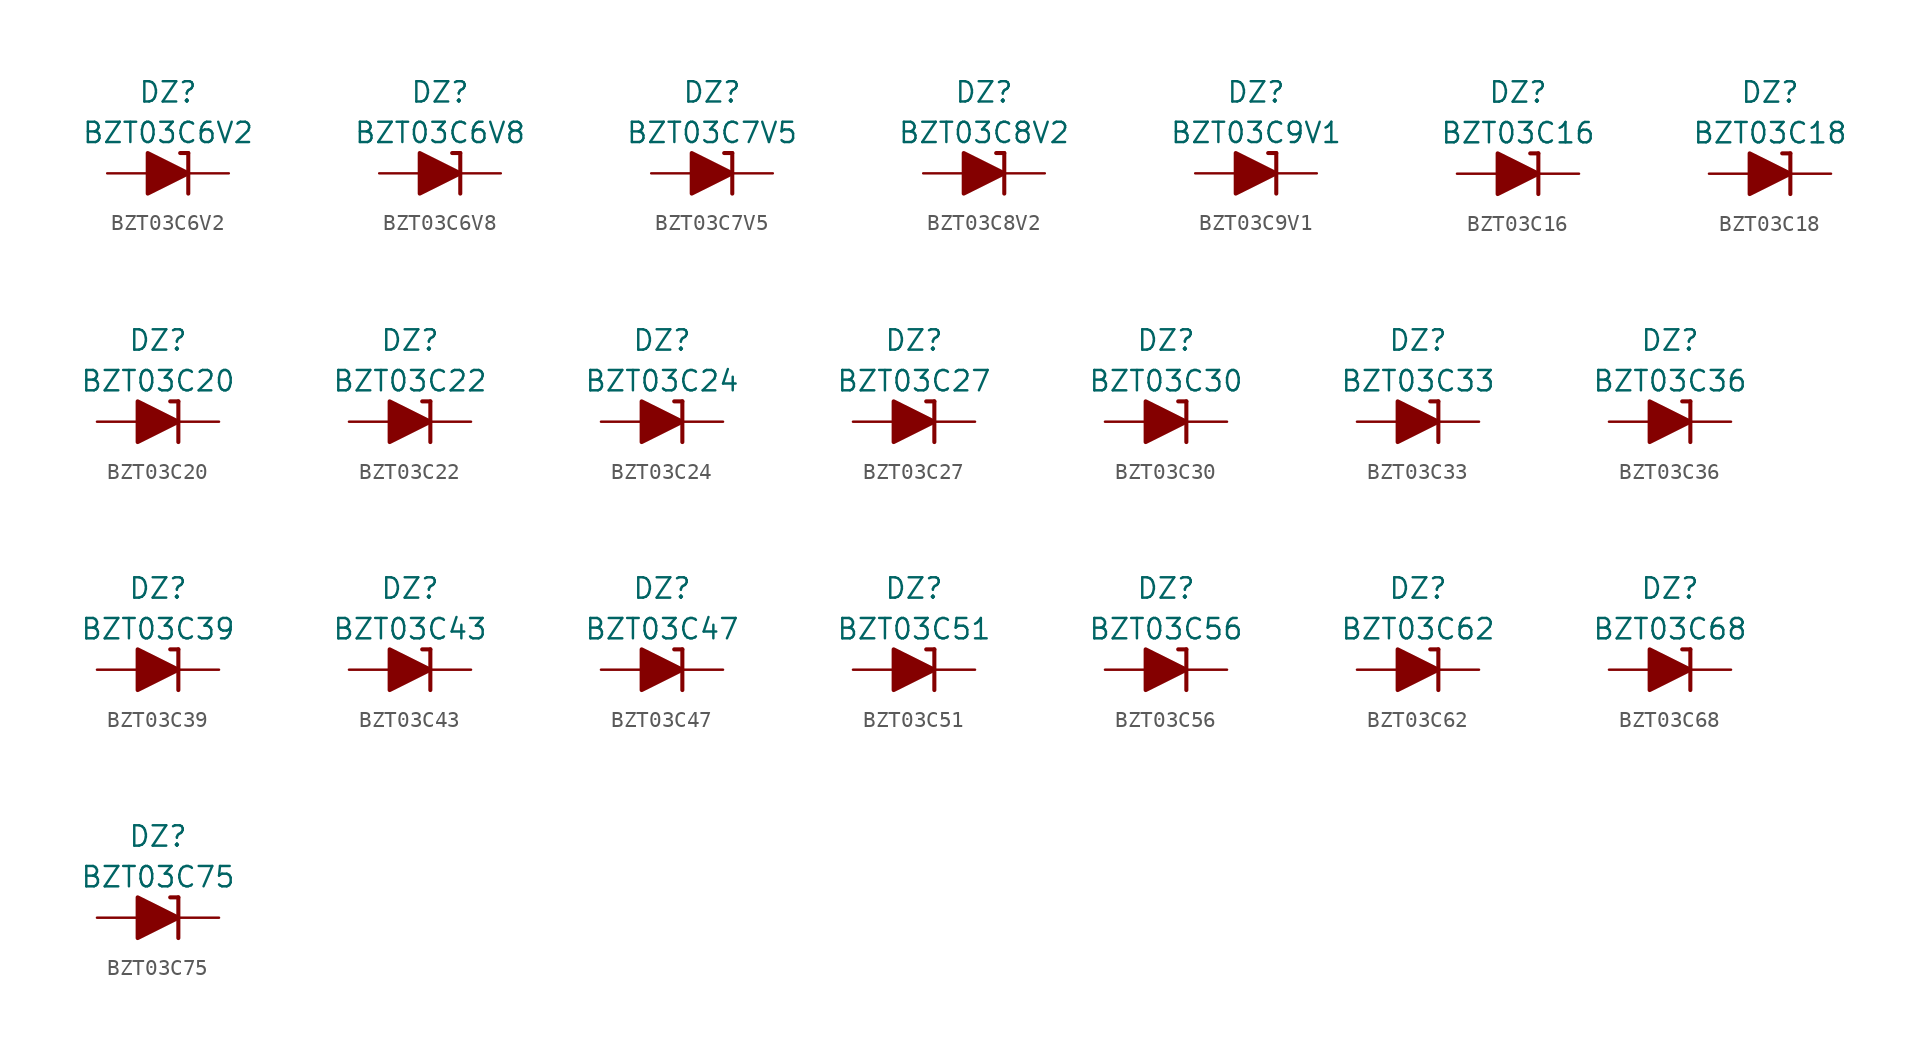
<source format=kicad_sym>
(kicad_symbol_lib
  (version 20201005)
  (generator kicad_symbol_editor)
  (symbol "Diode_Zener_AKL:BZT03C6V2"
    (pin_numbers hide)
    (pin_names
      (offset 1.016) hide)
    (property "Reference" "DZ"
      (at 0 5.08 0)
      (effects (font (size 1.27 1.27))))
    (property "Value" "BZT03C6V2"
      (at 0 2.54 0)
      (effects (font (size 1.27 1.27))))
    (symbol "BZT03C6V2_0_1"
      (polyline (pts (xy -1.27 0) (xy 1.27 0)) (stroke (width 0)) (fill (type none)))
      (polyline (pts (xy 1.27 1.27) (xy 0.762 1.27)) (stroke (width 0.254)) (fill (type none)))
      (polyline (pts (xy 1.27 1.27) (xy 1.27 -1.27)) (stroke (width 0.254)) (fill (type none)))
      (polyline (pts (xy -1.27 -1.27) (xy -1.27 1.27) (xy 1.27 0) (xy -1.27 -1.27)) (stroke (width 0.254)) (fill (type outline))))
    (symbol "BZT03C6V2_1_1"
      (pin passive line (at 3.81 0 180) (length 2.54) (name "K" (effects (font (size 1.27 1.27)))) (number "1" (effects (font (size 1.27 1.27)))))
      (pin passive line (at -3.81 0 0) (length 2.54) (name "A" (effects (font (size 1.27 1.27)))) (number "2" (effects (font (size 1.27 1.27)))))))
  (symbol "Diode_Zener_AKL:BZT03C6V8"
    (pin_numbers hide)
    (pin_names
      (offset 1.016) hide)
    (property "Reference" "DZ"
      (at 0 5.08 0)
      (effects (font (size 1.27 1.27))))
    (property "Value" "BZT03C6V8"
      (at 0 2.54 0)
      (effects (font (size 1.27 1.27))))
    (symbol "BZT03C6V8_0_1"
      (polyline (pts (xy -1.27 0) (xy 1.27 0)) (stroke (width 0)) (fill (type none)))
      (polyline (pts (xy 1.27 1.27) (xy 0.762 1.27)) (stroke (width 0.254)) (fill (type none)))
      (polyline (pts (xy 1.27 1.27) (xy 1.27 -1.27)) (stroke (width 0.254)) (fill (type none)))
      (polyline (pts (xy -1.27 -1.27) (xy -1.27 1.27) (xy 1.27 0) (xy -1.27 -1.27)) (stroke (width 0.254)) (fill (type outline))))
    (symbol "BZT03C6V8_1_1"
      (pin passive line (at 3.81 0 180) (length 2.54) (name "K" (effects (font (size 1.27 1.27)))) (number "1" (effects (font (size 1.27 1.27)))))
      (pin passive line (at -3.81 0 0) (length 2.54) (name "A" (effects (font (size 1.27 1.27)))) (number "2" (effects (font (size 1.27 1.27)))))))
  (symbol "Diode_Zener_AKL:BZT03C7V5"
    (pin_numbers hide)
    (pin_names
      (offset 1.016) hide)
    (property "Reference" "DZ"
      (at 0 5.08 0)
      (effects (font (size 1.27 1.27))))
    (property "Value" "BZT03C7V5"
      (at 0 2.54 0)
      (effects (font (size 1.27 1.27))))
    (symbol "BZT03C7V5_0_1"
      (polyline (pts (xy -1.27 0) (xy 1.27 0)) (stroke (width 0)) (fill (type none)))
      (polyline (pts (xy 1.27 1.27) (xy 0.762 1.27)) (stroke (width 0.254)) (fill (type none)))
      (polyline (pts (xy 1.27 1.27) (xy 1.27 -1.27)) (stroke (width 0.254)) (fill (type none)))
      (polyline (pts (xy -1.27 -1.27) (xy -1.27 1.27) (xy 1.27 0) (xy -1.27 -1.27)) (stroke (width 0.254)) (fill (type outline))))
    (symbol "BZT03C7V5_1_1"
      (pin passive line (at 3.81 0 180) (length 2.54) (name "K" (effects (font (size 1.27 1.27)))) (number "1" (effects (font (size 1.27 1.27)))))
      (pin passive line (at -3.81 0 0) (length 2.54) (name "A" (effects (font (size 1.27 1.27)))) (number "2" (effects (font (size 1.27 1.27)))))))
  (symbol "Diode_Zener_AKL:BZT03C8V2"
    (pin_numbers hide)
    (pin_names
      (offset 1.016) hide)
    (property "Reference" "DZ"
      (at 0 5.08 0)
      (effects (font (size 1.27 1.27))))
    (property "Value" "BZT03C8V2"
      (at 0 2.54 0)
      (effects (font (size 1.27 1.27))))
    (symbol "BZT03C8V2_0_1"
      (polyline (pts (xy -1.27 0) (xy 1.27 0)) (stroke (width 0)) (fill (type none)))
      (polyline (pts (xy 1.27 1.27) (xy 0.762 1.27)) (stroke (width 0.254)) (fill (type none)))
      (polyline (pts (xy 1.27 1.27) (xy 1.27 -1.27)) (stroke (width 0.254)) (fill (type none)))
      (polyline (pts (xy -1.27 -1.27) (xy -1.27 1.27) (xy 1.27 0) (xy -1.27 -1.27)) (stroke (width 0.254)) (fill (type outline))))
    (symbol "BZT03C8V2_1_1"
      (pin passive line (at 3.81 0 180) (length 2.54) (name "K" (effects (font (size 1.27 1.27)))) (number "1" (effects (font (size 1.27 1.27)))))
      (pin passive line (at -3.81 0 0) (length 2.54) (name "A" (effects (font (size 1.27 1.27)))) (number "2" (effects (font (size 1.27 1.27)))))))
  (symbol "Diode_Zener_AKL:BZT03C9V1"
    (pin_numbers hide)
    (pin_names
      (offset 1.016) hide)
    (property "Reference" "DZ"
      (at 0 5.08 0)
      (effects (font (size 1.27 1.27))))
    (property "Value" "BZT03C9V1"
      (at 0 2.54 0)
      (effects (font (size 1.27 1.27))))
    (symbol "BZT03C9V1_0_1"
      (polyline (pts (xy -1.27 0) (xy 1.27 0)) (stroke (width 0)) (fill (type none)))
      (polyline (pts (xy 1.27 1.27) (xy 0.762 1.27)) (stroke (width 0.254)) (fill (type none)))
      (polyline (pts (xy 1.27 1.27) (xy 1.27 -1.27)) (stroke (width 0.254)) (fill (type none)))
      (polyline (pts (xy -1.27 -1.27) (xy -1.27 1.27) (xy 1.27 0) (xy -1.27 -1.27)) (stroke (width 0.254)) (fill (type outline))))
    (symbol "BZT03C9V1_1_1"
      (pin passive line (at 3.81 0 180) (length 2.54) (name "K" (effects (font (size 1.27 1.27)))) (number "1" (effects (font (size 1.27 1.27)))))
      (pin passive line (at -3.81 0 0) (length 2.54) (name "A" (effects (font (size 1.27 1.27)))) (number "2" (effects (font (size 1.27 1.27)))))))
  (symbol "Diode_Zener_AKL:BZT03C16"
    (pin_numbers hide)
    (pin_names
      (offset 1.016) hide)
    (property "Reference" "DZ"
      (at 0 5.08 0)
      (effects (font (size 1.27 1.27))))
    (property "Value" "BZT03C16"
      (at 0 2.54 0)
      (effects (font (size 1.27 1.27))))
    (symbol "BZT03C16_0_1"
      (polyline (pts (xy -1.27 0) (xy 1.27 0)) (stroke (width 0)) (fill (type none)))
      (polyline (pts (xy 1.27 1.27) (xy 0.762 1.27)) (stroke (width 0.254)) (fill (type none)))
      (polyline (pts (xy 1.27 1.27) (xy 1.27 -1.27)) (stroke (width 0.254)) (fill (type none)))
      (polyline (pts (xy -1.27 -1.27) (xy -1.27 1.27) (xy 1.27 0) (xy -1.27 -1.27)) (stroke (width 0.254)) (fill (type outline))))
    (symbol "BZT03C16_1_1"
      (pin passive line (at 3.81 0 180) (length 2.54) (name "K" (effects (font (size 1.27 1.27)))) (number "1" (effects (font (size 1.27 1.27)))))
      (pin passive line (at -3.81 0 0) (length 2.54) (name "A" (effects (font (size 1.27 1.27)))) (number "2" (effects (font (size 1.27 1.27)))))))
  (symbol "Diode_Zener_AKL:BZT03C18"
    (pin_numbers hide)
    (pin_names
      (offset 1.016) hide)
    (property "Reference" "DZ"
      (at 0 5.08 0)
      (effects (font (size 1.27 1.27))))
    (property "Value" "BZT03C18"
      (at 0 2.54 0)
      (effects (font (size 1.27 1.27))))
    (symbol "BZT03C18_0_1"
      (polyline (pts (xy -1.27 0) (xy 1.27 0)) (stroke (width 0)) (fill (type none)))
      (polyline (pts (xy 1.27 1.27) (xy 0.762 1.27)) (stroke (width 0.254)) (fill (type none)))
      (polyline (pts (xy 1.27 1.27) (xy 1.27 -1.27)) (stroke (width 0.254)) (fill (type none)))
      (polyline (pts (xy -1.27 -1.27) (xy -1.27 1.27) (xy 1.27 0) (xy -1.27 -1.27)) (stroke (width 0.254)) (fill (type outline))))
    (symbol "BZT03C18_1_1"
      (pin passive line (at 3.81 0 180) (length 2.54) (name "K" (effects (font (size 1.27 1.27)))) (number "1" (effects (font (size 1.27 1.27)))))
      (pin passive line (at -3.81 0 0) (length 2.54) (name "A" (effects (font (size 1.27 1.27)))) (number "2" (effects (font (size 1.27 1.27)))))))
  (symbol "Diode_Zener_AKL:BZT03C20"
    (pin_numbers hide)
    (pin_names
      (offset 1.016) hide)
    (property "Reference" "DZ"
      (at 0 5.08 0)
      (effects (font (size 1.27 1.27))))
    (property "Value" "BZT03C20"
      (at 0 2.54 0)
      (effects (font (size 1.27 1.27))))
    (symbol "BZT03C20_0_1"
      (polyline (pts (xy -1.27 0) (xy 1.27 0)) (stroke (width 0)) (fill (type none)))
      (polyline (pts (xy 1.27 1.27) (xy 0.762 1.27)) (stroke (width 0.254)) (fill (type none)))
      (polyline (pts (xy 1.27 1.27) (xy 1.27 -1.27)) (stroke (width 0.254)) (fill (type none)))
      (polyline (pts (xy -1.27 -1.27) (xy -1.27 1.27) (xy 1.27 0) (xy -1.27 -1.27)) (stroke (width 0.254)) (fill (type outline))))
    (symbol "BZT03C20_1_1"
      (pin passive line (at 3.81 0 180) (length 2.54) (name "K" (effects (font (size 1.27 1.27)))) (number "1" (effects (font (size 1.27 1.27)))))
      (pin passive line (at -3.81 0 0) (length 2.54) (name "A" (effects (font (size 1.27 1.27)))) (number "2" (effects (font (size 1.27 1.27)))))))
  (symbol "Diode_Zener_AKL:BZT03C22"
    (pin_numbers hide)
    (pin_names
      (offset 1.016) hide)
    (property "Reference" "DZ"
      (at 0 5.08 0)
      (effects (font (size 1.27 1.27))))
    (property "Value" "BZT03C22"
      (at 0 2.54 0)
      (effects (font (size 1.27 1.27))))
    (symbol "BZT03C22_0_1"
      (polyline (pts (xy -1.27 0) (xy 1.27 0)) (stroke (width 0)) (fill (type none)))
      (polyline (pts (xy 1.27 1.27) (xy 0.762 1.27)) (stroke (width 0.254)) (fill (type none)))
      (polyline (pts (xy 1.27 1.27) (xy 1.27 -1.27)) (stroke (width 0.254)) (fill (type none)))
      (polyline (pts (xy -1.27 -1.27) (xy -1.27 1.27) (xy 1.27 0) (xy -1.27 -1.27)) (stroke (width 0.254)) (fill (type outline))))
    (symbol "BZT03C22_1_1"
      (pin passive line (at 3.81 0 180) (length 2.54) (name "K" (effects (font (size 1.27 1.27)))) (number "1" (effects (font (size 1.27 1.27)))))
      (pin passive line (at -3.81 0 0) (length 2.54) (name "A" (effects (font (size 1.27 1.27)))) (number "2" (effects (font (size 1.27 1.27)))))))
  (symbol "Diode_Zener_AKL:BZT03C24"
    (pin_numbers hide)
    (pin_names
      (offset 1.016) hide)
    (property "Reference" "DZ"
      (at 0 5.08 0)
      (effects (font (size 1.27 1.27))))
    (property "Value" "BZT03C24"
      (at 0 2.54 0)
      (effects (font (size 1.27 1.27))))
    (symbol "BZT03C24_0_1"
      (polyline (pts (xy -1.27 0) (xy 1.27 0)) (stroke (width 0)) (fill (type none)))
      (polyline (pts (xy 1.27 1.27) (xy 0.762 1.27)) (stroke (width 0.254)) (fill (type none)))
      (polyline (pts (xy 1.27 1.27) (xy 1.27 -1.27)) (stroke (width 0.254)) (fill (type none)))
      (polyline (pts (xy -1.27 -1.27) (xy -1.27 1.27) (xy 1.27 0) (xy -1.27 -1.27)) (stroke (width 0.254)) (fill (type outline))))
    (symbol "BZT03C24_1_1"
      (pin passive line (at 3.81 0 180) (length 2.54) (name "K" (effects (font (size 1.27 1.27)))) (number "1" (effects (font (size 1.27 1.27)))))
      (pin passive line (at -3.81 0 0) (length 2.54) (name "A" (effects (font (size 1.27 1.27)))) (number "2" (effects (font (size 1.27 1.27)))))))
  (symbol "Diode_Zener_AKL:BZT03C27"
    (pin_numbers hide)
    (pin_names
      (offset 1.016) hide)
    (property "Reference" "DZ"
      (at 0 5.08 0)
      (effects (font (size 1.27 1.27))))
    (property "Value" "BZT03C27"
      (at 0 2.54 0)
      (effects (font (size 1.27 1.27))))
    (symbol "BZT03C27_0_1"
      (polyline (pts (xy -1.27 0) (xy 1.27 0)) (stroke (width 0)) (fill (type none)))
      (polyline (pts (xy 1.27 1.27) (xy 0.762 1.27)) (stroke (width 0.254)) (fill (type none)))
      (polyline (pts (xy 1.27 1.27) (xy 1.27 -1.27)) (stroke (width 0.254)) (fill (type none)))
      (polyline (pts (xy -1.27 -1.27) (xy -1.27 1.27) (xy 1.27 0) (xy -1.27 -1.27)) (stroke (width 0.254)) (fill (type outline))))
    (symbol "BZT03C27_1_1"
      (pin passive line (at 3.81 0 180) (length 2.54) (name "K" (effects (font (size 1.27 1.27)))) (number "1" (effects (font (size 1.27 1.27)))))
      (pin passive line (at -3.81 0 0) (length 2.54) (name "A" (effects (font (size 1.27 1.27)))) (number "2" (effects (font (size 1.27 1.27)))))))
  (symbol "Diode_Zener_AKL:BZT03C30"
    (pin_numbers hide)
    (pin_names
      (offset 1.016) hide)
    (property "Reference" "DZ"
      (at 0 5.08 0)
      (effects (font (size 1.27 1.27))))
    (property "Value" "BZT03C30"
      (at 0 2.54 0)
      (effects (font (size 1.27 1.27))))
    (symbol "BZT03C30_0_1"
      (polyline (pts (xy -1.27 0) (xy 1.27 0)) (stroke (width 0)) (fill (type none)))
      (polyline (pts (xy 1.27 1.27) (xy 0.762 1.27)) (stroke (width 0.254)) (fill (type none)))
      (polyline (pts (xy 1.27 1.27) (xy 1.27 -1.27)) (stroke (width 0.254)) (fill (type none)))
      (polyline (pts (xy -1.27 -1.27) (xy -1.27 1.27) (xy 1.27 0) (xy -1.27 -1.27)) (stroke (width 0.254)) (fill (type outline))))
    (symbol "BZT03C30_1_1"
      (pin passive line (at 3.81 0 180) (length 2.54) (name "K" (effects (font (size 1.27 1.27)))) (number "1" (effects (font (size 1.27 1.27)))))
      (pin passive line (at -3.81 0 0) (length 2.54) (name "A" (effects (font (size 1.27 1.27)))) (number "2" (effects (font (size 1.27 1.27)))))))
  (symbol "Diode_Zener_AKL:BZT03C33"
    (pin_numbers hide)
    (pin_names
      (offset 1.016) hide)
    (property "Reference" "DZ"
      (at 0 5.08 0)
      (effects (font (size 1.27 1.27))))
    (property "Value" "BZT03C33"
      (at 0 2.54 0)
      (effects (font (size 1.27 1.27))))
    (symbol "BZT03C33_0_1"
      (polyline (pts (xy -1.27 0) (xy 1.27 0)) (stroke (width 0)) (fill (type none)))
      (polyline (pts (xy 1.27 1.27) (xy 0.762 1.27)) (stroke (width 0.254)) (fill (type none)))
      (polyline (pts (xy 1.27 1.27) (xy 1.27 -1.27)) (stroke (width 0.254)) (fill (type none)))
      (polyline (pts (xy -1.27 -1.27) (xy -1.27 1.27) (xy 1.27 0) (xy -1.27 -1.27)) (stroke (width 0.254)) (fill (type outline))))
    (symbol "BZT03C33_1_1"
      (pin passive line (at 3.81 0 180) (length 2.54) (name "K" (effects (font (size 1.27 1.27)))) (number "1" (effects (font (size 1.27 1.27)))))
      (pin passive line (at -3.81 0 0) (length 2.54) (name "A" (effects (font (size 1.27 1.27)))) (number "2" (effects (font (size 1.27 1.27)))))))
  (symbol "Diode_Zener_AKL:BZT03C36"
    (pin_numbers hide)
    (pin_names
      (offset 1.016) hide)
    (property "Reference" "DZ"
      (at 0 5.08 0)
      (effects (font (size 1.27 1.27))))
    (property "Value" "BZT03C36"
      (at 0 2.54 0)
      (effects (font (size 1.27 1.27))))
    (symbol "BZT03C36_0_1"
      (polyline (pts (xy -1.27 0) (xy 1.27 0)) (stroke (width 0)) (fill (type none)))
      (polyline (pts (xy 1.27 1.27) (xy 0.762 1.27)) (stroke (width 0.254)) (fill (type none)))
      (polyline (pts (xy 1.27 1.27) (xy 1.27 -1.27)) (stroke (width 0.254)) (fill (type none)))
      (polyline (pts (xy -1.27 -1.27) (xy -1.27 1.27) (xy 1.27 0) (xy -1.27 -1.27)) (stroke (width 0.254)) (fill (type outline))))
    (symbol "BZT03C36_1_1"
      (pin passive line (at 3.81 0 180) (length 2.54) (name "K" (effects (font (size 1.27 1.27)))) (number "1" (effects (font (size 1.27 1.27)))))
      (pin passive line (at -3.81 0 0) (length 2.54) (name "A" (effects (font (size 1.27 1.27)))) (number "2" (effects (font (size 1.27 1.27)))))))
  (symbol "Diode_Zener_AKL:BZT03C39"
    (pin_numbers hide)
    (pin_names
      (offset 1.016) hide)
    (property "Reference" "DZ"
      (at 0 5.08 0)
      (effects (font (size 1.27 1.27))))
    (property "Value" "BZT03C39"
      (at 0 2.54 0)
      (effects (font (size 1.27 1.27))))
    (symbol "BZT03C39_0_1"
      (polyline (pts (xy -1.27 0) (xy 1.27 0)) (stroke (width 0)) (fill (type none)))
      (polyline (pts (xy 1.27 1.27) (xy 0.762 1.27)) (stroke (width 0.254)) (fill (type none)))
      (polyline (pts (xy 1.27 1.27) (xy 1.27 -1.27)) (stroke (width 0.254)) (fill (type none)))
      (polyline (pts (xy -1.27 -1.27) (xy -1.27 1.27) (xy 1.27 0) (xy -1.27 -1.27)) (stroke (width 0.254)) (fill (type outline))))
    (symbol "BZT03C39_1_1"
      (pin passive line (at 3.81 0 180) (length 2.54) (name "K" (effects (font (size 1.27 1.27)))) (number "1" (effects (font (size 1.27 1.27)))))
      (pin passive line (at -3.81 0 0) (length 2.54) (name "A" (effects (font (size 1.27 1.27)))) (number "2" (effects (font (size 1.27 1.27)))))))
  (symbol "Diode_Zener_AKL:BZT03C43"
    (pin_numbers hide)
    (pin_names
      (offset 1.016) hide)
    (property "Reference" "DZ"
      (at 0 5.08 0)
      (effects (font (size 1.27 1.27))))
    (property "Value" "BZT03C43"
      (at 0 2.54 0)
      (effects (font (size 1.27 1.27))))
    (symbol "BZT03C43_0_1"
      (polyline (pts (xy -1.27 0) (xy 1.27 0)) (stroke (width 0)) (fill (type none)))
      (polyline (pts (xy 1.27 1.27) (xy 0.762 1.27)) (stroke (width 0.254)) (fill (type none)))
      (polyline (pts (xy 1.27 1.27) (xy 1.27 -1.27)) (stroke (width 0.254)) (fill (type none)))
      (polyline (pts (xy -1.27 -1.27) (xy -1.27 1.27) (xy 1.27 0) (xy -1.27 -1.27)) (stroke (width 0.254)) (fill (type outline))))
    (symbol "BZT03C43_1_1"
      (pin passive line (at 3.81 0 180) (length 2.54) (name "K" (effects (font (size 1.27 1.27)))) (number "1" (effects (font (size 1.27 1.27)))))
      (pin passive line (at -3.81 0 0) (length 2.54) (name "A" (effects (font (size 1.27 1.27)))) (number "2" (effects (font (size 1.27 1.27)))))))
  (symbol "Diode_Zener_AKL:BZT03C47"
    (pin_numbers hide)
    (pin_names
      (offset 1.016) hide)
    (property "Reference" "DZ"
      (at 0 5.08 0)
      (effects (font (size 1.27 1.27))))
    (property "Value" "BZT03C47"
      (at 0 2.54 0)
      (effects (font (size 1.27 1.27))))
    (symbol "BZT03C47_0_1"
      (polyline (pts (xy -1.27 0) (xy 1.27 0)) (stroke (width 0)) (fill (type none)))
      (polyline (pts (xy 1.27 1.27) (xy 0.762 1.27)) (stroke (width 0.254)) (fill (type none)))
      (polyline (pts (xy 1.27 1.27) (xy 1.27 -1.27)) (stroke (width 0.254)) (fill (type none)))
      (polyline (pts (xy -1.27 -1.27) (xy -1.27 1.27) (xy 1.27 0) (xy -1.27 -1.27)) (stroke (width 0.254)) (fill (type outline))))
    (symbol "BZT03C47_1_1"
      (pin passive line (at 3.81 0 180) (length 2.54) (name "K" (effects (font (size 1.27 1.27)))) (number "1" (effects (font (size 1.27 1.27)))))
      (pin passive line (at -3.81 0 0) (length 2.54) (name "A" (effects (font (size 1.27 1.27)))) (number "2" (effects (font (size 1.27 1.27)))))))
  (symbol "Diode_Zener_AKL:BZT03C51"
    (pin_numbers hide)
    (pin_names
      (offset 1.016) hide)
    (property "Reference" "DZ"
      (at 0 5.08 0)
      (effects (font (size 1.27 1.27))))
    (property "Value" "BZT03C51"
      (at 0 2.54 0)
      (effects (font (size 1.27 1.27))))
    (symbol "BZT03C51_0_1"
      (polyline (pts (xy -1.27 0) (xy 1.27 0)) (stroke (width 0)) (fill (type none)))
      (polyline (pts (xy 1.27 1.27) (xy 0.762 1.27)) (stroke (width 0.254)) (fill (type none)))
      (polyline (pts (xy 1.27 1.27) (xy 1.27 -1.27)) (stroke (width 0.254)) (fill (type none)))
      (polyline (pts (xy -1.27 -1.27) (xy -1.27 1.27) (xy 1.27 0) (xy -1.27 -1.27)) (stroke (width 0.254)) (fill (type outline))))
    (symbol "BZT03C51_1_1"
      (pin passive line (at 3.81 0 180) (length 2.54) (name "K" (effects (font (size 1.27 1.27)))) (number "1" (effects (font (size 1.27 1.27)))))
      (pin passive line (at -3.81 0 0) (length 2.54) (name "A" (effects (font (size 1.27 1.27)))) (number "2" (effects (font (size 1.27 1.27)))))))
  (symbol "Diode_Zener_AKL:BZT03C56"
    (pin_numbers hide)
    (pin_names
      (offset 1.016) hide)
    (property "Reference" "DZ"
      (at 0 5.08 0)
      (effects (font (size 1.27 1.27))))
    (property "Value" "BZT03C56"
      (at 0 2.54 0)
      (effects (font (size 1.27 1.27))))
    (symbol "BZT03C56_0_1"
      (polyline (pts (xy -1.27 0) (xy 1.27 0)) (stroke (width 0)) (fill (type none)))
      (polyline (pts (xy 1.27 1.27) (xy 0.762 1.27)) (stroke (width 0.254)) (fill (type none)))
      (polyline (pts (xy 1.27 1.27) (xy 1.27 -1.27)) (stroke (width 0.254)) (fill (type none)))
      (polyline (pts (xy -1.27 -1.27) (xy -1.27 1.27) (xy 1.27 0) (xy -1.27 -1.27)) (stroke (width 0.254)) (fill (type outline))))
    (symbol "BZT03C56_1_1"
      (pin passive line (at 3.81 0 180) (length 2.54) (name "K" (effects (font (size 1.27 1.27)))) (number "1" (effects (font (size 1.27 1.27)))))
      (pin passive line (at -3.81 0 0) (length 2.54) (name "A" (effects (font (size 1.27 1.27)))) (number "2" (effects (font (size 1.27 1.27)))))))
  (symbol "Diode_Zener_AKL:BZT03C62"
    (pin_numbers hide)
    (pin_names
      (offset 1.016) hide)
    (property "Reference" "DZ"
      (at 0 5.08 0)
      (effects (font (size 1.27 1.27))))
    (property "Value" "BZT03C62"
      (at 0 2.54 0)
      (effects (font (size 1.27 1.27))))
    (symbol "BZT03C62_0_1"
      (polyline (pts (xy -1.27 0) (xy 1.27 0)) (stroke (width 0)) (fill (type none)))
      (polyline (pts (xy 1.27 1.27) (xy 0.762 1.27)) (stroke (width 0.254)) (fill (type none)))
      (polyline (pts (xy 1.27 1.27) (xy 1.27 -1.27)) (stroke (width 0.254)) (fill (type none)))
      (polyline (pts (xy -1.27 -1.27) (xy -1.27 1.27) (xy 1.27 0) (xy -1.27 -1.27)) (stroke (width 0.254)) (fill (type outline))))
    (symbol "BZT03C62_1_1"
      (pin passive line (at 3.81 0 180) (length 2.54) (name "K" (effects (font (size 1.27 1.27)))) (number "1" (effects (font (size 1.27 1.27)))))
      (pin passive line (at -3.81 0 0) (length 2.54) (name "A" (effects (font (size 1.27 1.27)))) (number "2" (effects (font (size 1.27 1.27)))))))
  (symbol "Diode_Zener_AKL:BZT03C68"
    (pin_numbers hide)
    (pin_names
      (offset 1.016) hide)
    (property "Reference" "DZ"
      (at 0 5.08 0)
      (effects (font (size 1.27 1.27))))
    (property "Value" "BZT03C68"
      (at 0 2.54 0)
      (effects (font (size 1.27 1.27))))
    (symbol "BZT03C68_0_1"
      (polyline (pts (xy -1.27 0) (xy 1.27 0)) (stroke (width 0)) (fill (type none)))
      (polyline (pts (xy 1.27 1.27) (xy 0.762 1.27)) (stroke (width 0.254)) (fill (type none)))
      (polyline (pts (xy 1.27 1.27) (xy 1.27 -1.27)) (stroke (width 0.254)) (fill (type none)))
      (polyline (pts (xy -1.27 -1.27) (xy -1.27 1.27) (xy 1.27 0) (xy -1.27 -1.27)) (stroke (width 0.254)) (fill (type outline))))
    (symbol "BZT03C68_1_1"
      (pin passive line (at 3.81 0 180) (length 2.54) (name "K" (effects (font (size 1.27 1.27)))) (number "1" (effects (font (size 1.27 1.27)))))
      (pin passive line (at -3.81 0 0) (length 2.54) (name "A" (effects (font (size 1.27 1.27)))) (number "2" (effects (font (size 1.27 1.27)))))))
  (symbol "Diode_Zener_AKL:BZT03C75"
    (pin_numbers hide)
    (pin_names
      (offset 1.016) hide)
    (property "Reference" "DZ"
      (at 0 5.08 0)
      (effects (font (size 1.27 1.27))))
    (property "Value" "BZT03C75"
      (at 0 2.54 0)
      (effects (font (size 1.27 1.27))))
    (symbol "BZT03C75_0_1"
      (polyline (pts (xy -1.27 0) (xy 1.27 0)) (stroke (width 0)) (fill (type none)))
      (polyline (pts (xy 1.27 1.27) (xy 0.762 1.27)) (stroke (width 0.254)) (fill (type none)))
      (polyline (pts (xy 1.27 1.27) (xy 1.27 -1.27)) (stroke (width 0.254)) (fill (type none)))
      (polyline (pts (xy -1.27 -1.27) (xy -1.27 1.27) (xy 1.27 0) (xy -1.27 -1.27)) (stroke (width 0.254)) (fill (type outline))))
    (symbol "BZT03C75_1_1"
      (pin passive line (at 3.81 0 180) (length 2.54) (name "K" (effects (font (size 1.27 1.27)))) (number "1" (effects (font (size 1.27 1.27)))))
      (pin passive line (at -3.81 0 0) (length 2.54) (name "A" (effects (font (size 1.27 1.27)))) (number "2" (effects (font (size 1.27 1.27))))))))
</source>
